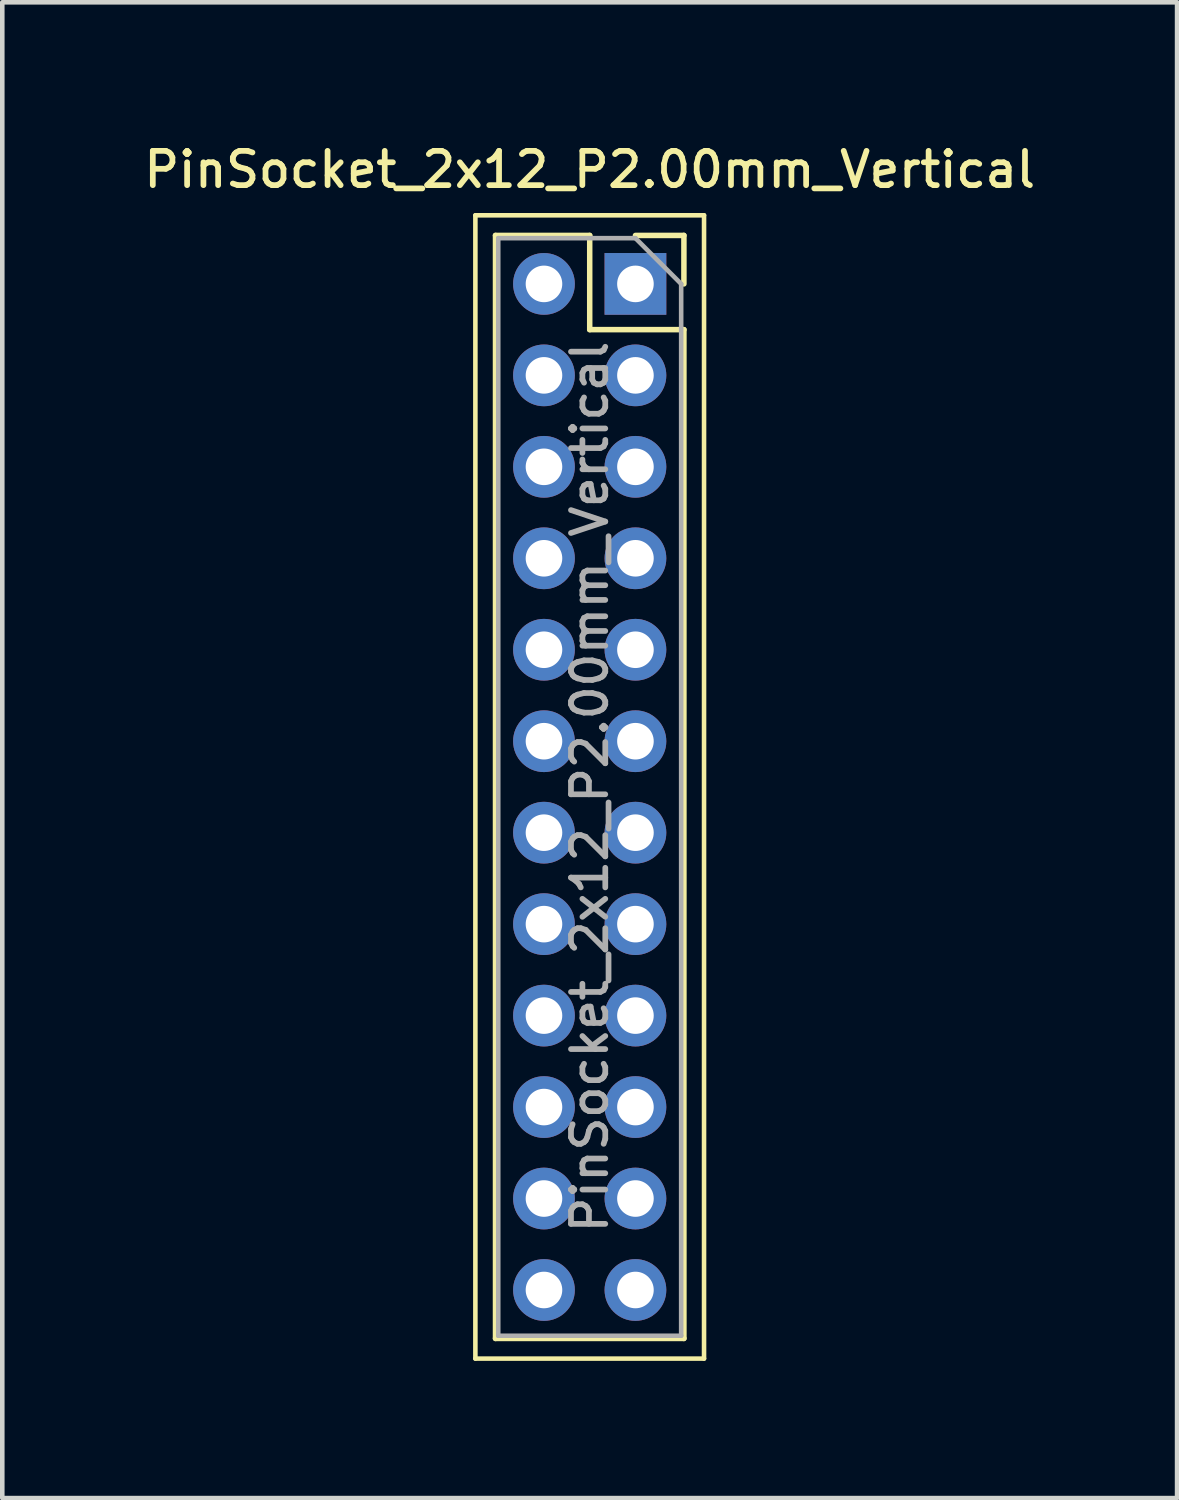
<source format=kicad_pcb>
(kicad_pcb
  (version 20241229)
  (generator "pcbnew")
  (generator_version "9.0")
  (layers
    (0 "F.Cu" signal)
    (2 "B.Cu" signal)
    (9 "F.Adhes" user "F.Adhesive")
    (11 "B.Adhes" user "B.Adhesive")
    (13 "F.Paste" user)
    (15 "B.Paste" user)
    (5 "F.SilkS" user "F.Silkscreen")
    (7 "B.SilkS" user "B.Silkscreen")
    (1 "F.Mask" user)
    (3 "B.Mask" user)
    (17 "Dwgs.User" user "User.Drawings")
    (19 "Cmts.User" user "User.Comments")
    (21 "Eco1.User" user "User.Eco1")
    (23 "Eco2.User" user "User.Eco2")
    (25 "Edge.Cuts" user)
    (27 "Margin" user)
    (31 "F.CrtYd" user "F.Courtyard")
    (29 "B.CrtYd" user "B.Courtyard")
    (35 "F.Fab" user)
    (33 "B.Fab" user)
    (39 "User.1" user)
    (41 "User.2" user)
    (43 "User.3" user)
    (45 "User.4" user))
  (footprint "PinSocket_2x12_P2.00mm_Vertical"
    (layer "F.Cu")
    (at 10.845 3.158)
    (property "Reference" "PinSocket_2x12_P2.00mm_Vertical" (at -1 -2.5 0) (layer "F.SilkS") (effects (font (size 0.75 0.75) (thickness 0.125))))
    (attr through_hole)
    (fp_line (start -3.5 -1.5) (end 1.5 -1.5) (stroke (width 0.1) (type solid)) (layer "F.SilkS"))
    (fp_line (start -3.5 23.5) (end -3.5 -1.5) (stroke (width 0.1) (type solid)) (layer "F.SilkS"))
    (fp_line (start -3.06 -1.06) (end -3.06 23.06) (stroke (width 0.12) (type solid)) (layer "F.SilkS"))
    (fp_line (start -3.06 -1.06) (end -1 -1.06) (stroke (width 0.12) (type solid)) (layer "F.SilkS"))
    (fp_line (start -3.06 23.06) (end 1.06 23.06) (stroke (width 0.12) (type solid)) (layer "F.SilkS"))
    (fp_line (start -1 -1.06) (end -1 1) (stroke (width 0.12) (type solid)) (layer "F.SilkS"))
    (fp_line (start -1 1) (end 1.06 1) (stroke (width 0.12) (type solid)) (layer "F.SilkS"))
    (fp_line (start 0 -1.06) (end 1.06 -1.06) (stroke (width 0.12) (type solid)) (layer "F.SilkS"))
    (fp_line (start 1.06 -1.06) (end 1.06 0) (stroke (width 0.12) (type solid)) (layer "F.SilkS"))
    (fp_line (start 1.06 1) (end 1.06 23.06) (stroke (width 0.12) (type solid)) (layer "F.SilkS"))
    (fp_line (start 1.5 -1.5) (end 1.5 23.5) (stroke (width 0.1) (type solid)) (layer "F.SilkS"))
    (fp_line (start 1.5 23.5) (end -3.5 23.5) (stroke (width 0.1) (type solid)) (layer "F.SilkS"))
    (fp_line (start -3 -1) (end 0 -1) (stroke (width 0.1) (type solid)) (layer "F.Fab"))
    (fp_line (start -3 23) (end -3 -1) (stroke (width 0.1) (type solid)) (layer "F.Fab"))
    (fp_line (start 0 -1) (end 1 0) (stroke (width 0.1) (type solid)) (layer "F.Fab"))
    (fp_line (start 1 0) (end 1 23) (stroke (width 0.1) (type solid)) (layer "F.Fab"))
    (fp_line (start 1 23) (end -3 23) (stroke (width 0.1) (type solid)) (layer "F.Fab"))
    (fp_text user "${REFERENCE}" (at -1 11 90) (layer "F.Fab") (effects (font (size 0.75 0.75) (thickness 0.125))))
    (pad "1" thru_hole rect (at 0 0) (size 1.35 1.35) (drill 0.8) (layers "*.Cu" "*.Mask"))
    (pad "2" thru_hole oval (at -2 0) (size 1.35 1.35) (drill 0.8) (layers "*.Cu" "*.Mask"))
    (pad "3" thru_hole oval (at 0 2) (size 1.35 1.35) (drill 0.8) (layers "*.Cu" "*.Mask"))
    (pad "4" thru_hole oval (at -2 2) (size 1.35 1.35) (drill 0.8) (layers "*.Cu" "*.Mask"))
    (pad "5" thru_hole oval (at 0 4) (size 1.35 1.35) (drill 0.8) (layers "*.Cu" "*.Mask"))
    (pad "6" thru_hole oval (at -2 4) (size 1.35 1.35) (drill 0.8) (layers "*.Cu" "*.Mask"))
    (pad "7" thru_hole oval (at 0 6) (size 1.35 1.35) (drill 0.8) (layers "*.Cu" "*.Mask"))
    (pad "8" thru_hole oval (at -2 6) (size 1.35 1.35) (drill 0.8) (layers "*.Cu" "*.Mask"))
    (pad "9" thru_hole oval (at 0 8) (size 1.35 1.35) (drill 0.8) (layers "*.Cu" "*.Mask"))
    (pad "10" thru_hole oval (at -2 8) (size 1.35 1.35) (drill 0.8) (layers "*.Cu" "*.Mask"))
    (pad "11" thru_hole oval (at 0 10) (size 1.35 1.35) (drill 0.8) (layers "*.Cu" "*.Mask"))
    (pad "12" thru_hole oval (at -2 10) (size 1.35 1.35) (drill 0.8) (layers "*.Cu" "*.Mask"))
    (pad "13" thru_hole oval (at 0 12) (size 1.35 1.35) (drill 0.8) (layers "*.Cu" "*.Mask"))
    (pad "14" thru_hole oval (at -2 12) (size 1.35 1.35) (drill 0.8) (layers "*.Cu" "*.Mask"))
    (pad "15" thru_hole oval (at 0 14) (size 1.35 1.35) (drill 0.8) (layers "*.Cu" "*.Mask"))
    (pad "16" thru_hole oval (at -2 14) (size 1.35 1.35) (drill 0.8) (layers "*.Cu" "*.Mask"))
    (pad "17" thru_hole oval (at 0 16) (size 1.35 1.35) (drill 0.8) (layers "*.Cu" "*.Mask"))
    (pad "18" thru_hole oval (at -2 16) (size 1.35 1.35) (drill 0.8) (layers "*.Cu" "*.Mask"))
    (pad "19" thru_hole oval (at 0 18) (size 1.35 1.35) (drill 0.8) (layers "*.Cu" "*.Mask"))
    (pad "20" thru_hole oval (at -2 18) (size 1.35 1.35) (drill 0.8) (layers "*.Cu" "*.Mask"))
    (pad "21" thru_hole oval (at 0 20) (size 1.35 1.35) (drill 0.8) (layers "*.Cu" "*.Mask"))
    (pad "22" thru_hole oval (at -2 20) (size 1.35 1.35) (drill 0.8) (layers "*.Cu" "*.Mask"))
    (pad "23" thru_hole oval (at 0 22) (size 1.35 1.35) (drill 0.8) (layers "*.Cu" "*.Mask"))
    (pad "24" thru_hole oval (at -2 22) (size 1.35 1.35) (drill 0.8) (layers "*.Cu" "*.Mask")))
  (gr_rect
    (start -3 -3)
    (end 22.689 29.708)
    (stroke (width 0.1) (type default))
    (fill no)
    (layer "Edge.Cuts")))
</source>
